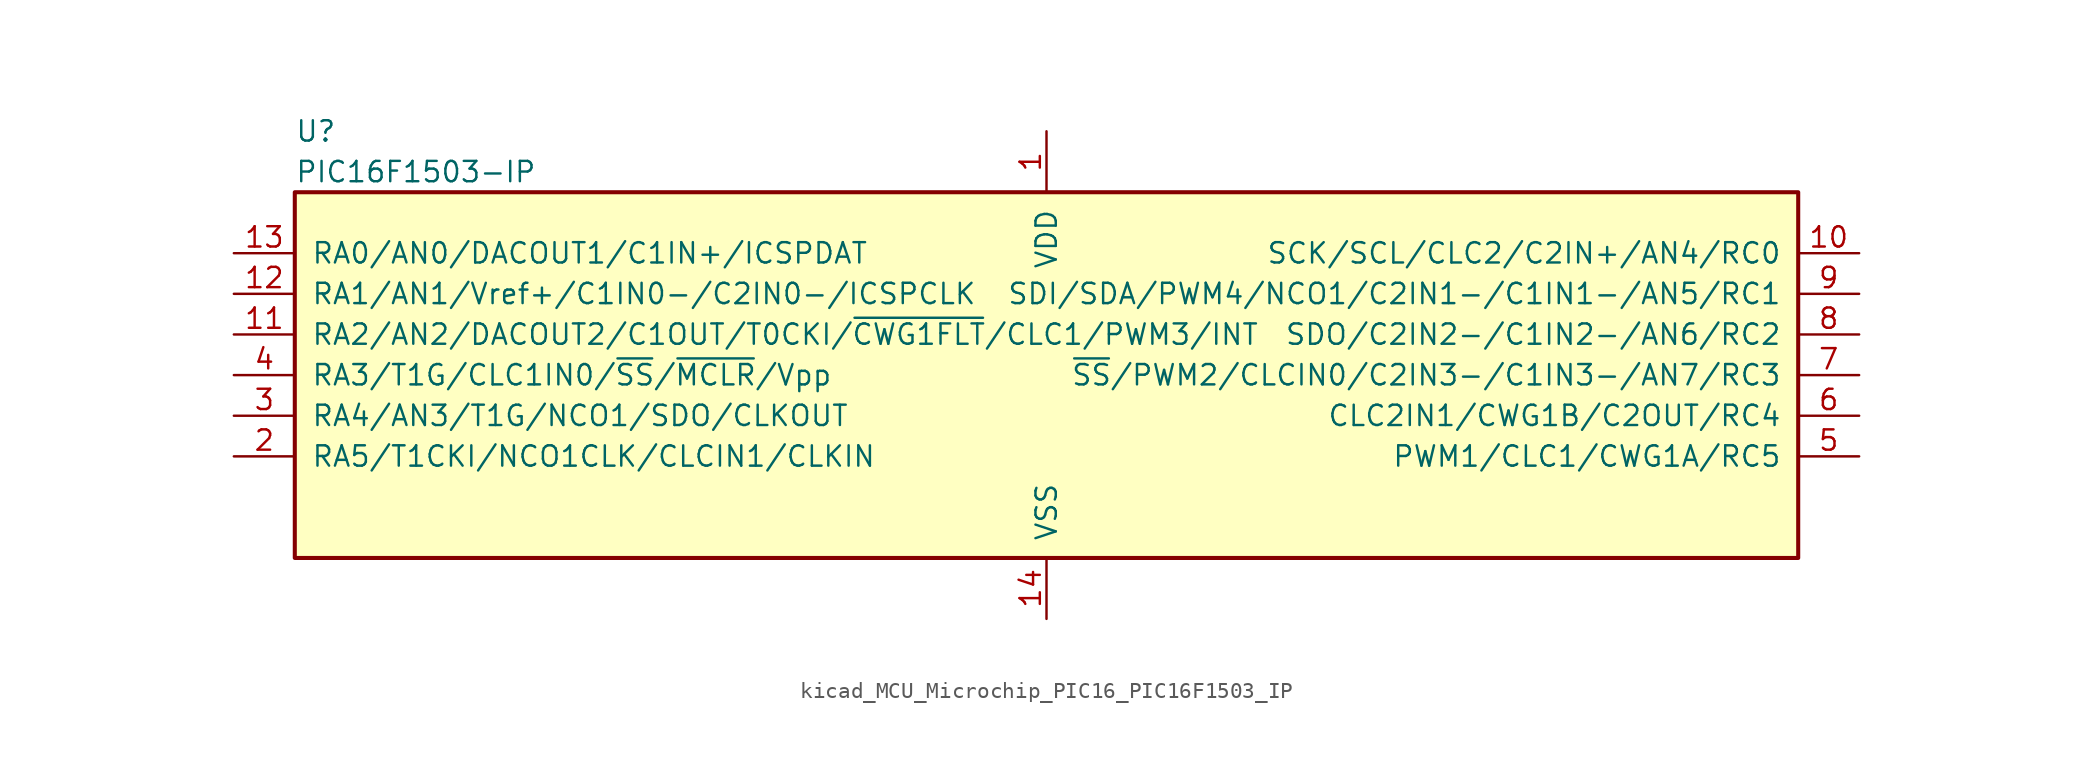
<source format=kicad_sym>
(kicad_symbol_lib
  (version 20220914)
  (generator kicad_symbol_editor)
  (symbol "kicad_MCU_Microchip_PIC16_PIC16F1503_IP"
    (pin_names
      (offset 1.016))
    (property "Reference" "U"
      (at -46.99 15.24 0)
      (effects (font (size 1.27 1.27)) (justify left)))
    (property "Value" "PIC16F1503-IP"
      (at -46.99 12.7 0)
      (effects (font (size 1.27 1.27)) (justify left)))
    (symbol "kicad_MCU_Microchip_PIC16_PIC16F1503_IP_0_1"
      (rectangle (start -46.99 11.43) (end 46.99 -11.43) (stroke (width 0.254) (type default)) (fill (type background))))
    (symbol "kicad_MCU_Microchip_PIC16_PIC16F1503_IP_1_1"
      (pin power_in line (at 0 15.24 270) (length 3.81) (name "VDD" (effects (font (size 1.27 1.27)))) (number "1" (effects (font (size 1.27 1.27)))))
      (pin bidirectional line (at 50.8 7.62 180) (length 3.81) (name "SCK/SCL/CLC2/C2IN+/AN4/RC0" (effects (font (size 1.27 1.27)))) (number "10" (effects (font (size 1.27 1.27)))))
      (pin bidirectional line (at -50.8 2.54 0) (length 3.81) (name "RA2/AN2/DACOUT2/C1OUT/T0CKI/~{CWG1FLT}/CLC1/PWM3/INT" (effects (font (size 1.27 1.27)))) (number "11" (effects (font (size 1.27 1.27)))))
      (pin bidirectional line (at -50.8 5.08 0) (length 3.81) (name "RA1/AN1/Vref+/C1IN0-/C2IN0-/ICSPCLK" (effects (font (size 1.27 1.27)))) (number "12" (effects (font (size 1.27 1.27)))))
      (pin bidirectional line (at -50.8 7.62 0) (length 3.81) (name "RA0/AN0/DACOUT1/C1IN+/ICSPDAT" (effects (font (size 1.27 1.27)))) (number "13" (effects (font (size 1.27 1.27)))))
      (pin power_in line (at 0 -15.24 90) (length 3.81) (name "VSS" (effects (font (size 1.27 1.27)))) (number "14" (effects (font (size 1.27 1.27)))))
      (pin bidirectional line (at -50.8 -5.08 0) (length 3.81) (name "RA5/T1CKI/NCO1CLK/CLCIN1/CLKIN" (effects (font (size 1.27 1.27)))) (number "2" (effects (font (size 1.27 1.27)))))
      (pin bidirectional line (at -50.8 -2.54 0) (length 3.81) (name "RA4/AN3/T1G/NCO1/SDO/CLKOUT" (effects (font (size 1.27 1.27)))) (number "3" (effects (font (size 1.27 1.27)))))
      (pin input line (at -50.8 0 0) (length 3.81) (name "RA3/T1G/CLC1IN0/~{SS}/~{MCLR}/Vpp" (effects (font (size 1.27 1.27)))) (number "4" (effects (font (size 1.27 1.27)))))
      (pin bidirectional line (at 50.8 -5.08 180) (length 3.81) (name "PWM1/CLC1/CWG1A/RC5" (effects (font (size 1.27 1.27)))) (number "5" (effects (font (size 1.27 1.27)))))
      (pin bidirectional line (at 50.8 -2.54 180) (length 3.81) (name "CLC2IN1/CWG1B/C2OUT/RC4" (effects (font (size 1.27 1.27)))) (number "6" (effects (font (size 1.27 1.27)))))
      (pin bidirectional line (at 50.8 0 180) (length 3.81) (name "~{SS}/PWM2/CLCIN0/C2IN3-/C1IN3-/AN7/RC3" (effects (font (size 1.27 1.27)))) (number "7" (effects (font (size 1.27 1.27)))))
      (pin bidirectional line (at 50.8 2.54 180) (length 3.81) (name "SDO/C2IN2-/C1IN2-/AN6/RC2" (effects (font (size 1.27 1.27)))) (number "8" (effects (font (size 1.27 1.27)))))
      (pin bidirectional line (at 50.8 5.08 180) (length 3.81) (name "SDI/SDA/PWM4/NCO1/C2IN1-/C1IN1-/AN5/RC1" (effects (font (size 1.27 1.27)))) (number "9" (effects (font (size 1.27 1.27))))))))
</source>
